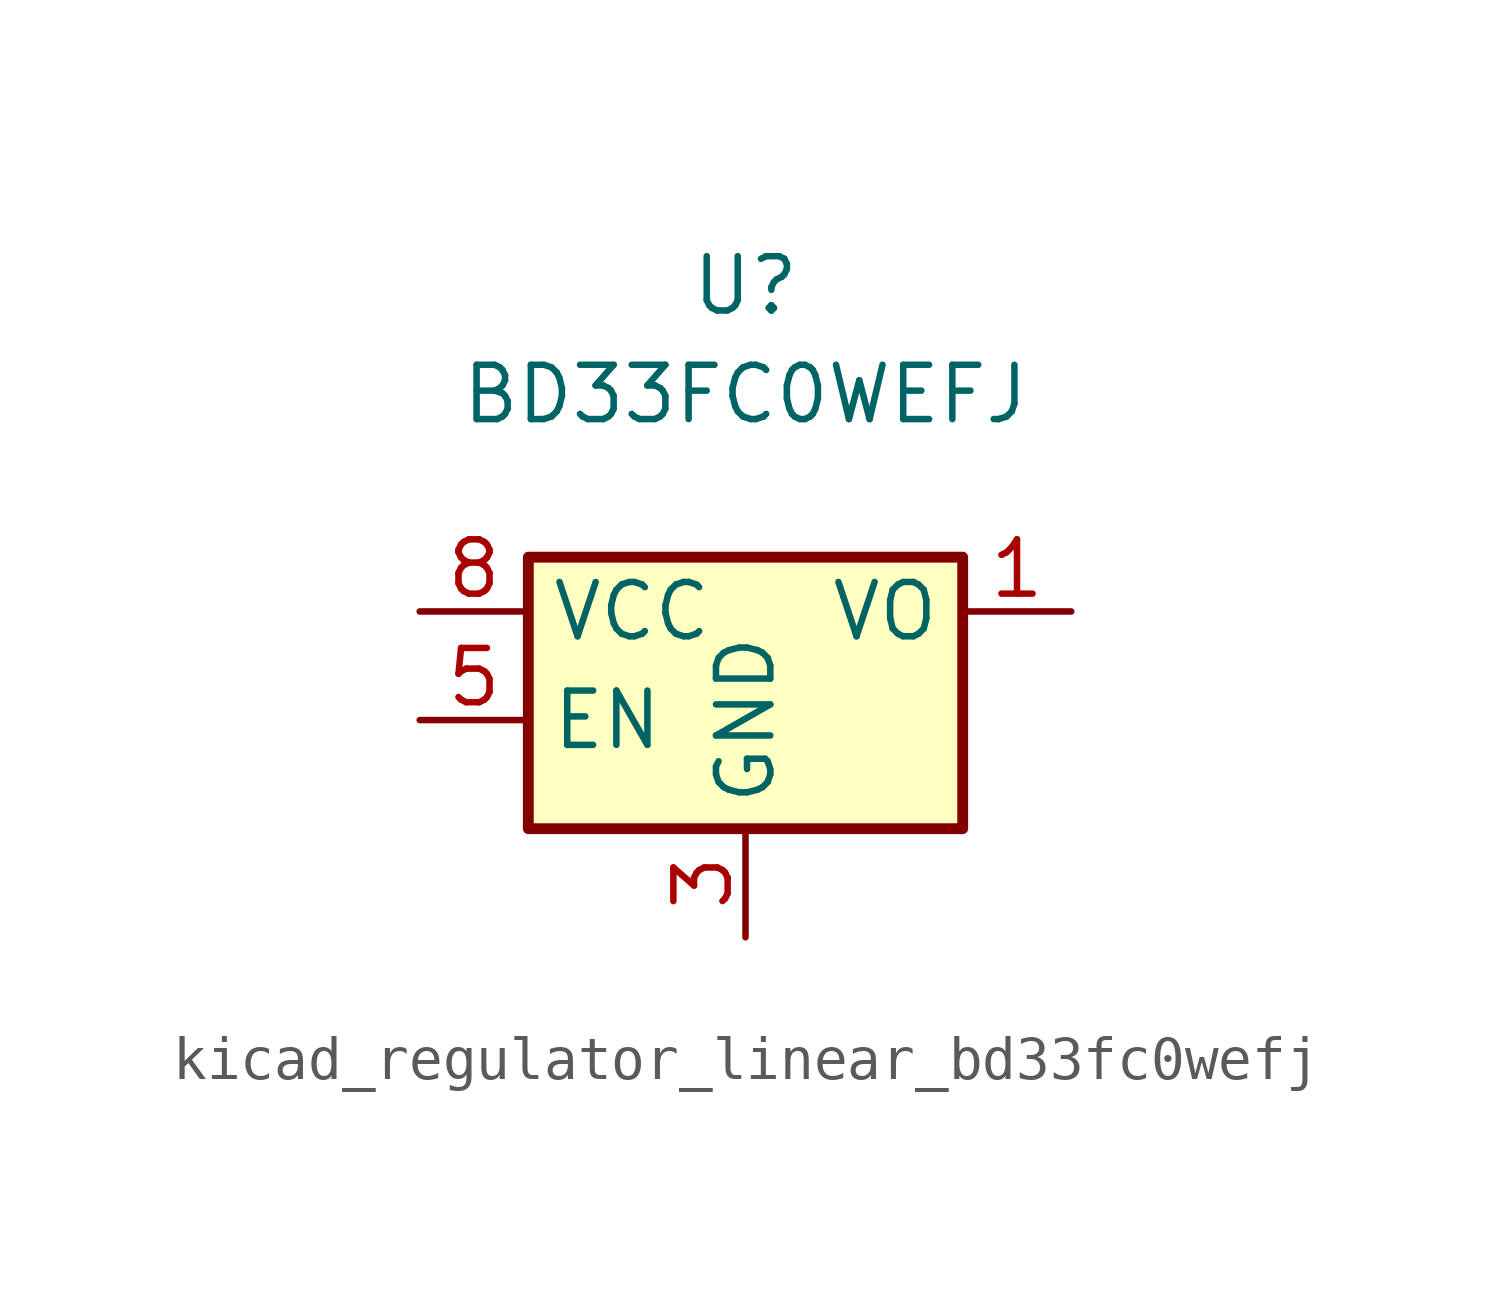
<source format=kicad_sym>
(kicad_symbol_lib
  (version 20220914)
  (generator kicad_symbol_editor)
  (symbol "kicad_regulator_linear_bd33fc0wefj"
    (property "Reference" "U"
      (at 0 7.62 0)
      (effects (font (size 1.27 1.27))))
    (property "Value" "BD33FC0WEFJ"
      (at 0 5.08 0)
      (effects (font (size 1.27 1.27))))
    (symbol "kicad_regulator_linear_bd33fc0wefj_1_1"
      (rectangle (start -5.08 -5.08) (end 5.08 1.27) (stroke (width 0.254) (type default)) (fill (type background)))
      (pin power_out line (at 7.62 0 180) (length 2.54) (name "VO" (effects (font (size 1.27 1.27)))) (number "1" (effects (font (size 1.27 1.27)))))
      (pin no_connect line (at 5.08 -2.54 180) (length 2.54) hide (name "NC" (effects (font (size 1.27 1.27)))) (number "2" (effects (font (size 1.27 1.27)))))
      (pin power_in line (at 0 -7.62 90) (length 2.54) (name "GND" (effects (font (size 1.27 1.27)))) (number "3" (effects (font (size 1.27 1.27)))))
      (pin no_connect line (at -3.81 -5.08 90) (length 2.54) hide (name "NC" (effects (font (size 1.27 1.27)))) (number "4" (effects (font (size 1.27 1.27)))))
      (pin input line (at -7.62 -2.54 0) (length 2.54) (name "EN" (effects (font (size 1.27 1.27)))) (number "5" (effects (font (size 1.27 1.27)))))
      (pin no_connect line (at -2.54 -5.08 90) (length 2.54) hide (name "NC" (effects (font (size 1.27 1.27)))) (number "6" (effects (font (size 1.27 1.27)))))
      (pin no_connect line (at -1.27 -5.08 90) (length 2.54) hide (name "NC" (effects (font (size 1.27 1.27)))) (number "7" (effects (font (size 1.27 1.27)))))
      (pin power_in line (at -7.62 0 0) (length 2.54) (name "VCC" (effects (font (size 1.27 1.27)))) (number "8" (effects (font (size 1.27 1.27)))))
      (pin passive line (at 0 -7.62 90) (length 2.54) hide (name "GND" (effects (font (size 1.27 1.27)))) (number "9" (effects (font (size 1.27 1.27))))))))
</source>
